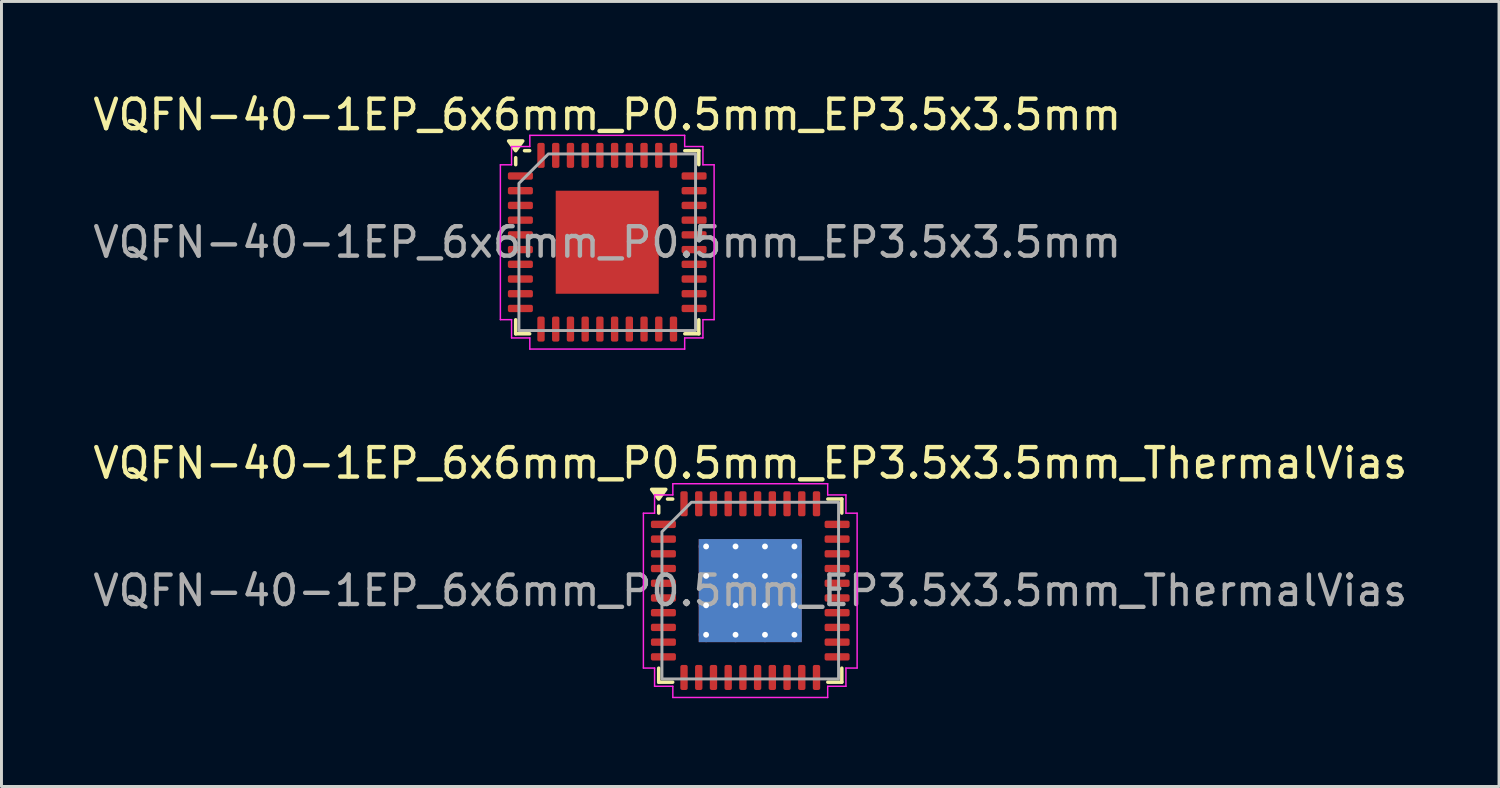
<source format=kicad_pcb>
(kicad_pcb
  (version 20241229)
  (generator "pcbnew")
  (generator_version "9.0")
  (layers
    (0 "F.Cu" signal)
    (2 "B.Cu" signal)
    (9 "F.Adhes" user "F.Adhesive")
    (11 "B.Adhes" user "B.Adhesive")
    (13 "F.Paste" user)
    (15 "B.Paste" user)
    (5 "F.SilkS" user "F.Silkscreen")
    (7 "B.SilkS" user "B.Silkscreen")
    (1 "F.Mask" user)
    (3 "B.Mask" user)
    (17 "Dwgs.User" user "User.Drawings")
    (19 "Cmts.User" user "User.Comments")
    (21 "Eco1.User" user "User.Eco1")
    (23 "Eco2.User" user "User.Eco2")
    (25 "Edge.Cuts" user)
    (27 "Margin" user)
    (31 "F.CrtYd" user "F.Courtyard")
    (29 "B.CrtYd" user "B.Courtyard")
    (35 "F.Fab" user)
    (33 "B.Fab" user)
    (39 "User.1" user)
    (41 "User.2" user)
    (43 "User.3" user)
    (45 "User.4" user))
  (footprint "VQFN-40-1EP_6x6mm_P0.5mm_EP3.5x3.5mm"
    (layer "F.Cu")
    (at 17.577 5.178)
    (property "Reference" "VQFN-40-1EP_6x6mm_P0.5mm_EP3.5x3.5mm" (at 0 -4.33 0) (layer "F.SilkS") (effects (font (size 1 1) (thickness 0.15))))
    (attr smd)
    (fp_line (start -3.11 -2.635) (end -3.11 -2.87) (stroke (width 0.12) (type solid)) (layer "F.SilkS"))
    (fp_line (start -3.11 3.11) (end -3.11 2.635) (stroke (width 0.12) (type solid)) (layer "F.SilkS"))
    (fp_line (start -2.635 -3.11) (end -2.81 -3.11) (stroke (width 0.12) (type solid)) (layer "F.SilkS"))
    (fp_line (start -2.635 3.11) (end -3.11 3.11) (stroke (width 0.12) (type solid)) (layer "F.SilkS"))
    (fp_line (start 2.635 -3.11) (end 3.11 -3.11) (stroke (width 0.12) (type solid)) (layer "F.SilkS"))
    (fp_line (start 2.635 3.11) (end 3.11 3.11) (stroke (width 0.12) (type solid)) (layer "F.SilkS"))
    (fp_line (start 3.11 -3.11) (end 3.11 -2.635) (stroke (width 0.12) (type solid)) (layer "F.SilkS"))
    (fp_line (start 3.11 3.11) (end 3.11 2.635) (stroke (width 0.12) (type solid)) (layer "F.SilkS"))
    (fp_poly (pts (xy -3.11 -3.11) (xy -3.35 -3.44) (xy -2.87 -3.44)) (stroke (width 0.12) (type solid)) (fill yes) (layer "F.SilkS"))
    (fp_line (start -3.63 -2.63) (end -3.25 -2.63) (stroke (width 0.05) (type solid)) (layer "F.CrtYd"))
    (fp_line (start -3.63 2.63) (end -3.63 -2.63) (stroke (width 0.05) (type solid)) (layer "F.CrtYd"))
    (fp_line (start -3.25 -3.25) (end -2.63 -3.25) (stroke (width 0.05) (type solid)) (layer "F.CrtYd"))
    (fp_line (start -3.25 -2.63) (end -3.25 -3.25) (stroke (width 0.05) (type solid)) (layer "F.CrtYd"))
    (fp_line (start -3.25 2.63) (end -3.63 2.63) (stroke (width 0.05) (type solid)) (layer "F.CrtYd"))
    (fp_line (start -3.25 3.25) (end -3.25 2.63) (stroke (width 0.05) (type solid)) (layer "F.CrtYd"))
    (fp_line (start -2.63 -3.63) (end 2.63 -3.63) (stroke (width 0.05) (type solid)) (layer "F.CrtYd"))
    (fp_line (start -2.63 -3.25) (end -2.63 -3.63) (stroke (width 0.05) (type solid)) (layer "F.CrtYd"))
    (fp_line (start -2.63 3.25) (end -3.25 3.25) (stroke (width 0.05) (type solid)) (layer "F.CrtYd"))
    (fp_line (start -2.63 3.63) (end -2.63 3.25) (stroke (width 0.05) (type solid)) (layer "F.CrtYd"))
    (fp_line (start 2.63 -3.63) (end 2.63 -3.25) (stroke (width 0.05) (type solid)) (layer "F.CrtYd"))
    (fp_line (start 2.63 -3.25) (end 3.25 -3.25) (stroke (width 0.05) (type solid)) (layer "F.CrtYd"))
    (fp_line (start 2.63 3.25) (end 2.63 3.63) (stroke (width 0.05) (type solid)) (layer "F.CrtYd"))
    (fp_line (start 2.63 3.63) (end -2.63 3.63) (stroke (width 0.05) (type solid)) (layer "F.CrtYd"))
    (fp_line (start 3.25 -3.25) (end 3.25 -2.63) (stroke (width 0.05) (type solid)) (layer "F.CrtYd"))
    (fp_line (start 3.25 -2.63) (end 3.63 -2.63) (stroke (width 0.05) (type solid)) (layer "F.CrtYd"))
    (fp_line (start 3.25 2.63) (end 3.25 3.25) (stroke (width 0.05) (type solid)) (layer "F.CrtYd"))
    (fp_line (start 3.25 3.25) (end 2.63 3.25) (stroke (width 0.05) (type solid)) (layer "F.CrtYd"))
    (fp_line (start 3.63 -2.63) (end 3.63 2.63) (stroke (width 0.05) (type solid)) (layer "F.CrtYd"))
    (fp_line (start 3.63 2.63) (end 3.25 2.63) (stroke (width 0.05) (type solid)) (layer "F.CrtYd"))
    (fp_poly (pts (xy -3 -2) (xy -3 3) (xy 3 3) (xy 3 -3) (xy -2 -3)) (stroke (width 0.1) (type solid)) (fill no) (layer "F.Fab"))
    (fp_text user "${REFERENCE}" (at 0 0 0) (layer "F.Fab") (effects (font (size 1 1) (thickness 0.15))))
    (pad "" smd roundrect (at -1.17 -1.17) (size 0.94 0.94) (layers "F.Paste") (roundrect_rratio 0.25))
    (pad "" smd roundrect (at -1.17 0) (size 0.94 0.94) (layers "F.Paste") (roundrect_rratio 0.25))
    (pad "" smd roundrect (at -1.17 1.17) (size 0.94 0.94) (layers "F.Paste") (roundrect_rratio 0.25))
    (pad "" smd roundrect (at 0 -1.17) (size 0.94 0.94) (layers "F.Paste") (roundrect_rratio 0.25))
    (pad "" smd roundrect (at 0 0) (size 0.94 0.94) (layers "F.Paste") (roundrect_rratio 0.25))
    (pad "" smd roundrect (at 0 1.17) (size 0.94 0.94) (layers "F.Paste") (roundrect_rratio 0.25))
    (pad "" smd roundrect (at 1.17 -1.17) (size 0.94 0.94) (layers "F.Paste") (roundrect_rratio 0.25))
    (pad "" smd roundrect (at 1.17 0) (size 0.94 0.94) (layers "F.Paste") (roundrect_rratio 0.25))
    (pad "" smd roundrect (at 1.17 1.17) (size 0.94 0.94) (layers "F.Paste") (roundrect_rratio 0.25))
    (pad "1" smd roundrect (at -2.95 -2.25) (size 0.85 0.25) (layers "F.Cu" "F.Mask" "F.Paste") (roundrect_rratio 0.25))
    (pad "2" smd roundrect (at -2.95 -1.75) (size 0.85 0.25) (layers "F.Cu" "F.Mask" "F.Paste") (roundrect_rratio 0.25))
    (pad "3" smd roundrect (at -2.95 -1.25) (size 0.85 0.25) (layers "F.Cu" "F.Mask" "F.Paste") (roundrect_rratio 0.25))
    (pad "4" smd roundrect (at -2.95 -0.75) (size 0.85 0.25) (layers "F.Cu" "F.Mask" "F.Paste") (roundrect_rratio 0.25))
    (pad "5" smd roundrect (at -2.95 -0.25) (size 0.85 0.25) (layers "F.Cu" "F.Mask" "F.Paste") (roundrect_rratio 0.25))
    (pad "6" smd roundrect (at -2.95 0.25) (size 0.85 0.25) (layers "F.Cu" "F.Mask" "F.Paste") (roundrect_rratio 0.25))
    (pad "7" smd roundrect (at -2.95 0.75) (size 0.85 0.25) (layers "F.Cu" "F.Mask" "F.Paste") (roundrect_rratio 0.25))
    (pad "8" smd roundrect (at -2.95 1.25) (size 0.85 0.25) (layers "F.Cu" "F.Mask" "F.Paste") (roundrect_rratio 0.25))
    (pad "9" smd roundrect (at -2.95 1.75) (size 0.85 0.25) (layers "F.Cu" "F.Mask" "F.Paste") (roundrect_rratio 0.25))
    (pad "10" smd roundrect (at -2.95 2.25) (size 0.85 0.25) (layers "F.Cu" "F.Mask" "F.Paste") (roundrect_rratio 0.25))
    (pad "11" smd roundrect (at -2.25 2.95) (size 0.25 0.85) (layers "F.Cu" "F.Mask" "F.Paste") (roundrect_rratio 0.25))
    (pad "12" smd roundrect (at -1.75 2.95) (size 0.25 0.85) (layers "F.Cu" "F.Mask" "F.Paste") (roundrect_rratio 0.25))
    (pad "13" smd roundrect (at -1.25 2.95) (size 0.25 0.85) (layers "F.Cu" "F.Mask" "F.Paste") (roundrect_rratio 0.25))
    (pad "14" smd roundrect (at -0.75 2.95) (size 0.25 0.85) (layers "F.Cu" "F.Mask" "F.Paste") (roundrect_rratio 0.25))
    (pad "15" smd roundrect (at -0.25 2.95) (size 0.25 0.85) (layers "F.Cu" "F.Mask" "F.Paste") (roundrect_rratio 0.25))
    (pad "16" smd roundrect (at 0.25 2.95) (size 0.25 0.85) (layers "F.Cu" "F.Mask" "F.Paste") (roundrect_rratio 0.25))
    (pad "17" smd roundrect (at 0.75 2.95) (size 0.25 0.85) (layers "F.Cu" "F.Mask" "F.Paste") (roundrect_rratio 0.25))
    (pad "18" smd roundrect (at 1.25 2.95) (size 0.25 0.85) (layers "F.Cu" "F.Mask" "F.Paste") (roundrect_rratio 0.25))
    (pad "19" smd roundrect (at 1.75 2.95) (size 0.25 0.85) (layers "F.Cu" "F.Mask" "F.Paste") (roundrect_rratio 0.25))
    (pad "20" smd roundrect (at 2.25 2.95) (size 0.25 0.85) (layers "F.Cu" "F.Mask" "F.Paste") (roundrect_rratio 0.25))
    (pad "21" smd roundrect (at 2.95 2.25) (size 0.85 0.25) (layers "F.Cu" "F.Mask" "F.Paste") (roundrect_rratio 0.25))
    (pad "22" smd roundrect (at 2.95 1.75) (size 0.85 0.25) (layers "F.Cu" "F.Mask" "F.Paste") (roundrect_rratio 0.25))
    (pad "23" smd roundrect (at 2.95 1.25) (size 0.85 0.25) (layers "F.Cu" "F.Mask" "F.Paste") (roundrect_rratio 0.25))
    (pad "24" smd roundrect (at 2.95 0.75) (size 0.85 0.25) (layers "F.Cu" "F.Mask" "F.Paste") (roundrect_rratio 0.25))
    (pad "25" smd roundrect (at 2.95 0.25) (size 0.85 0.25) (layers "F.Cu" "F.Mask" "F.Paste") (roundrect_rratio 0.25))
    (pad "26" smd roundrect (at 2.95 -0.25) (size 0.85 0.25) (layers "F.Cu" "F.Mask" "F.Paste") (roundrect_rratio 0.25))
    (pad "27" smd roundrect (at 2.95 -0.75) (size 0.85 0.25) (layers "F.Cu" "F.Mask" "F.Paste") (roundrect_rratio 0.25))
    (pad "28" smd roundrect (at 2.95 -1.25) (size 0.85 0.25) (layers "F.Cu" "F.Mask" "F.Paste") (roundrect_rratio 0.25))
    (pad "29" smd roundrect (at 2.95 -1.75) (size 0.85 0.25) (layers "F.Cu" "F.Mask" "F.Paste") (roundrect_rratio 0.25))
    (pad "30" smd roundrect (at 2.95 -2.25) (size 0.85 0.25) (layers "F.Cu" "F.Mask" "F.Paste") (roundrect_rratio 0.25))
    (pad "31" smd roundrect (at 2.25 -2.95) (size 0.25 0.85) (layers "F.Cu" "F.Mask" "F.Paste") (roundrect_rratio 0.25))
    (pad "32" smd roundrect (at 1.75 -2.95) (size 0.25 0.85) (layers "F.Cu" "F.Mask" "F.Paste") (roundrect_rratio 0.25))
    (pad "33" smd roundrect (at 1.25 -2.95) (size 0.25 0.85) (layers "F.Cu" "F.Mask" "F.Paste") (roundrect_rratio 0.25))
    (pad "34" smd roundrect (at 0.75 -2.95) (size 0.25 0.85) (layers "F.Cu" "F.Mask" "F.Paste") (roundrect_rratio 0.25))
    (pad "35" smd roundrect (at 0.25 -2.95) (size 0.25 0.85) (layers "F.Cu" "F.Mask" "F.Paste") (roundrect_rratio 0.25))
    (pad "36" smd roundrect (at -0.25 -2.95) (size 0.25 0.85) (layers "F.Cu" "F.Mask" "F.Paste") (roundrect_rratio 0.25))
    (pad "37" smd roundrect (at -0.75 -2.95) (size 0.25 0.85) (layers "F.Cu" "F.Mask" "F.Paste") (roundrect_rratio 0.25))
    (pad "38" smd roundrect (at -1.25 -2.95) (size 0.25 0.85) (layers "F.Cu" "F.Mask" "F.Paste") (roundrect_rratio 0.25))
    (pad "39" smd roundrect (at -1.75 -2.95) (size 0.25 0.85) (layers "F.Cu" "F.Mask" "F.Paste") (roundrect_rratio 0.25))
    (pad "40" smd roundrect (at -2.25 -2.95) (size 0.25 0.85) (layers "F.Cu" "F.Mask" "F.Paste") (roundrect_rratio 0.25))
    (pad "41" smd rect (at 0 0) (size 3.5 3.5) (property pad_prop_heatsink) (layers "F.Cu" "F.Mask")))
  (footprint "VQFN-40-1EP_6x6mm_P0.5mm_EP3.5x3.5mm_ThermalVias"
    (layer "F.Cu")
    (at 22.435 17.012)
    (property "Reference" "VQFN-40-1EP_6x6mm_P0.5mm_EP3.5x3.5mm_ThermalVias" (at 0 -4.33 0) (layer "F.SilkS") (effects (font (size 1 1) (thickness 0.15))))
    (attr smd)
    (fp_line (start -3.11 -2.635) (end -3.11 -2.87) (stroke (width 0.12) (type solid)) (layer "F.SilkS"))
    (fp_line (start -3.11 3.11) (end -3.11 2.635) (stroke (width 0.12) (type solid)) (layer "F.SilkS"))
    (fp_line (start -2.635 -3.11) (end -2.81 -3.11) (stroke (width 0.12) (type solid)) (layer "F.SilkS"))
    (fp_line (start -2.635 3.11) (end -3.11 3.11) (stroke (width 0.12) (type solid)) (layer "F.SilkS"))
    (fp_line (start 2.635 -3.11) (end 3.11 -3.11) (stroke (width 0.12) (type solid)) (layer "F.SilkS"))
    (fp_line (start 2.635 3.11) (end 3.11 3.11) (stroke (width 0.12) (type solid)) (layer "F.SilkS"))
    (fp_line (start 3.11 -3.11) (end 3.11 -2.635) (stroke (width 0.12) (type solid)) (layer "F.SilkS"))
    (fp_line (start 3.11 3.11) (end 3.11 2.635) (stroke (width 0.12) (type solid)) (layer "F.SilkS"))
    (fp_poly (pts (xy -3.11 -3.11) (xy -3.35 -3.44) (xy -2.87 -3.44)) (stroke (width 0.12) (type solid)) (fill yes) (layer "F.SilkS"))
    (fp_line (start -3.63 -2.63) (end -3.25 -2.63) (stroke (width 0.05) (type solid)) (layer "F.CrtYd"))
    (fp_line (start -3.63 2.63) (end -3.63 -2.63) (stroke (width 0.05) (type solid)) (layer "F.CrtYd"))
    (fp_line (start -3.25 -3.25) (end -2.63 -3.25) (stroke (width 0.05) (type solid)) (layer "F.CrtYd"))
    (fp_line (start -3.25 -2.63) (end -3.25 -3.25) (stroke (width 0.05) (type solid)) (layer "F.CrtYd"))
    (fp_line (start -3.25 2.63) (end -3.63 2.63) (stroke (width 0.05) (type solid)) (layer "F.CrtYd"))
    (fp_line (start -3.25 3.25) (end -3.25 2.63) (stroke (width 0.05) (type solid)) (layer "F.CrtYd"))
    (fp_line (start -2.63 -3.63) (end 2.63 -3.63) (stroke (width 0.05) (type solid)) (layer "F.CrtYd"))
    (fp_line (start -2.63 -3.25) (end -2.63 -3.63) (stroke (width 0.05) (type solid)) (layer "F.CrtYd"))
    (fp_line (start -2.63 3.25) (end -3.25 3.25) (stroke (width 0.05) (type solid)) (layer "F.CrtYd"))
    (fp_line (start -2.63 3.63) (end -2.63 3.25) (stroke (width 0.05) (type solid)) (layer "F.CrtYd"))
    (fp_line (start 2.63 -3.63) (end 2.63 -3.25) (stroke (width 0.05) (type solid)) (layer "F.CrtYd"))
    (fp_line (start 2.63 -3.25) (end 3.25 -3.25) (stroke (width 0.05) (type solid)) (layer "F.CrtYd"))
    (fp_line (start 2.63 3.25) (end 2.63 3.63) (stroke (width 0.05) (type solid)) (layer "F.CrtYd"))
    (fp_line (start 2.63 3.63) (end -2.63 3.63) (stroke (width 0.05) (type solid)) (layer "F.CrtYd"))
    (fp_line (start 3.25 -3.25) (end 3.25 -2.63) (stroke (width 0.05) (type solid)) (layer "F.CrtYd"))
    (fp_line (start 3.25 -2.63) (end 3.63 -2.63) (stroke (width 0.05) (type solid)) (layer "F.CrtYd"))
    (fp_line (start 3.25 2.63) (end 3.25 3.25) (stroke (width 0.05) (type solid)) (layer "F.CrtYd"))
    (fp_line (start 3.25 3.25) (end 2.63 3.25) (stroke (width 0.05) (type solid)) (layer "F.CrtYd"))
    (fp_line (start 3.63 -2.63) (end 3.63 2.63) (stroke (width 0.05) (type solid)) (layer "F.CrtYd"))
    (fp_line (start 3.63 2.63) (end 3.25 2.63) (stroke (width 0.05) (type solid)) (layer "F.CrtYd"))
    (fp_poly (pts (xy -3 -2) (xy -3 3) (xy 3 3) (xy 3 -3) (xy -2 -3)) (stroke (width 0.1) (type solid)) (fill no) (layer "F.Fab"))
    (fp_text user "${REFERENCE}" (at 0 0 0) (layer "F.Fab") (effects (font (size 1 1) (thickness 0.15))))
    (pad "" smd roundrect (at -1.17 -1.17) (size 0.94 0.94) (layers "F.Paste") (roundrect_rratio 0.25))
    (pad "" smd roundrect (at -1.17 0) (size 0.94 0.94) (layers "F.Paste") (roundrect_rratio 0.25))
    (pad "" smd roundrect (at -1.17 1.17) (size 0.94 0.94) (layers "F.Paste") (roundrect_rratio 0.25))
    (pad "" smd roundrect (at 0 -1.17) (size 0.94 0.94) (layers "F.Paste") (roundrect_rratio 0.25))
    (pad "" smd roundrect (at 0 0) (size 0.94 0.94) (layers "F.Paste") (roundrect_rratio 0.25))
    (pad "" smd roundrect (at 0 1.17) (size 0.94 0.94) (layers "F.Paste") (roundrect_rratio 0.25))
    (pad "" smd roundrect (at 1.17 -1.17) (size 0.94 0.94) (layers "F.Paste") (roundrect_rratio 0.25))
    (pad "" smd roundrect (at 1.17 0) (size 0.94 0.94) (layers "F.Paste") (roundrect_rratio 0.25))
    (pad "" smd roundrect (at 1.17 1.17) (size 0.94 0.94) (layers "F.Paste") (roundrect_rratio 0.25))
    (pad "1" smd roundrect (at -2.95 -2.25) (size 0.85 0.25) (layers "F.Cu" "F.Mask" "F.Paste") (roundrect_rratio 0.25))
    (pad "2" smd roundrect (at -2.95 -1.75) (size 0.85 0.25) (layers "F.Cu" "F.Mask" "F.Paste") (roundrect_rratio 0.25))
    (pad "3" smd roundrect (at -2.95 -1.25) (size 0.85 0.25) (layers "F.Cu" "F.Mask" "F.Paste") (roundrect_rratio 0.25))
    (pad "4" smd roundrect (at -2.95 -0.75) (size 0.85 0.25) (layers "F.Cu" "F.Mask" "F.Paste") (roundrect_rratio 0.25))
    (pad "5" smd roundrect (at -2.95 -0.25) (size 0.85 0.25) (layers "F.Cu" "F.Mask" "F.Paste") (roundrect_rratio 0.25))
    (pad "6" smd roundrect (at -2.95 0.25) (size 0.85 0.25) (layers "F.Cu" "F.Mask" "F.Paste") (roundrect_rratio 0.25))
    (pad "7" smd roundrect (at -2.95 0.75) (size 0.85 0.25) (layers "F.Cu" "F.Mask" "F.Paste") (roundrect_rratio 0.25))
    (pad "8" smd roundrect (at -2.95 1.25) (size 0.85 0.25) (layers "F.Cu" "F.Mask" "F.Paste") (roundrect_rratio 0.25))
    (pad "9" smd roundrect (at -2.95 1.75) (size 0.85 0.25) (layers "F.Cu" "F.Mask" "F.Paste") (roundrect_rratio 0.25))
    (pad "10" smd roundrect (at -2.95 2.25) (size 0.85 0.25) (layers "F.Cu" "F.Mask" "F.Paste") (roundrect_rratio 0.25))
    (pad "11" smd roundrect (at -2.25 2.95) (size 0.25 0.85) (layers "F.Cu" "F.Mask" "F.Paste") (roundrect_rratio 0.25))
    (pad "12" smd roundrect (at -1.75 2.95) (size 0.25 0.85) (layers "F.Cu" "F.Mask" "F.Paste") (roundrect_rratio 0.25))
    (pad "13" smd roundrect (at -1.25 2.95) (size 0.25 0.85) (layers "F.Cu" "F.Mask" "F.Paste") (roundrect_rratio 0.25))
    (pad "14" smd roundrect (at -0.75 2.95) (size 0.25 0.85) (layers "F.Cu" "F.Mask" "F.Paste") (roundrect_rratio 0.25))
    (pad "15" smd roundrect (at -0.25 2.95) (size 0.25 0.85) (layers "F.Cu" "F.Mask" "F.Paste") (roundrect_rratio 0.25))
    (pad "16" smd roundrect (at 0.25 2.95) (size 0.25 0.85) (layers "F.Cu" "F.Mask" "F.Paste") (roundrect_rratio 0.25))
    (pad "17" smd roundrect (at 0.75 2.95) (size 0.25 0.85) (layers "F.Cu" "F.Mask" "F.Paste") (roundrect_rratio 0.25))
    (pad "18" smd roundrect (at 1.25 2.95) (size 0.25 0.85) (layers "F.Cu" "F.Mask" "F.Paste") (roundrect_rratio 0.25))
    (pad "19" smd roundrect (at 1.75 2.95) (size 0.25 0.85) (layers "F.Cu" "F.Mask" "F.Paste") (roundrect_rratio 0.25))
    (pad "20" smd roundrect (at 2.25 2.95) (size 0.25 0.85) (layers "F.Cu" "F.Mask" "F.Paste") (roundrect_rratio 0.25))
    (pad "21" smd roundrect (at 2.95 2.25) (size 0.85 0.25) (layers "F.Cu" "F.Mask" "F.Paste") (roundrect_rratio 0.25))
    (pad "22" smd roundrect (at 2.95 1.75) (size 0.85 0.25) (layers "F.Cu" "F.Mask" "F.Paste") (roundrect_rratio 0.25))
    (pad "23" smd roundrect (at 2.95 1.25) (size 0.85 0.25) (layers "F.Cu" "F.Mask" "F.Paste") (roundrect_rratio 0.25))
    (pad "24" smd roundrect (at 2.95 0.75) (size 0.85 0.25) (layers "F.Cu" "F.Mask" "F.Paste") (roundrect_rratio 0.25))
    (pad "25" smd roundrect (at 2.95 0.25) (size 0.85 0.25) (layers "F.Cu" "F.Mask" "F.Paste") (roundrect_rratio 0.25))
    (pad "26" smd roundrect (at 2.95 -0.25) (size 0.85 0.25) (layers "F.Cu" "F.Mask" "F.Paste") (roundrect_rratio 0.25))
    (pad "27" smd roundrect (at 2.95 -0.75) (size 0.85 0.25) (layers "F.Cu" "F.Mask" "F.Paste") (roundrect_rratio 0.25))
    (pad "28" smd roundrect (at 2.95 -1.25) (size 0.85 0.25) (layers "F.Cu" "F.Mask" "F.Paste") (roundrect_rratio 0.25))
    (pad "29" smd roundrect (at 2.95 -1.75) (size 0.85 0.25) (layers "F.Cu" "F.Mask" "F.Paste") (roundrect_rratio 0.25))
    (pad "30" smd roundrect (at 2.95 -2.25) (size 0.85 0.25) (layers "F.Cu" "F.Mask" "F.Paste") (roundrect_rratio 0.25))
    (pad "31" smd roundrect (at 2.25 -2.95) (size 0.25 0.85) (layers "F.Cu" "F.Mask" "F.Paste") (roundrect_rratio 0.25))
    (pad "32" smd roundrect (at 1.75 -2.95) (size 0.25 0.85) (layers "F.Cu" "F.Mask" "F.Paste") (roundrect_rratio 0.25))
    (pad "33" smd roundrect (at 1.25 -2.95) (size 0.25 0.85) (layers "F.Cu" "F.Mask" "F.Paste") (roundrect_rratio 0.25))
    (pad "34" smd roundrect (at 0.75 -2.95) (size 0.25 0.85) (layers "F.Cu" "F.Mask" "F.Paste") (roundrect_rratio 0.25))
    (pad "35" smd roundrect (at 0.25 -2.95) (size 0.25 0.85) (layers "F.Cu" "F.Mask" "F.Paste") (roundrect_rratio 0.25))
    (pad "36" smd roundrect (at -0.25 -2.95) (size 0.25 0.85) (layers "F.Cu" "F.Mask" "F.Paste") (roundrect_rratio 0.25))
    (pad "37" smd roundrect (at -0.75 -2.95) (size 0.25 0.85) (layers "F.Cu" "F.Mask" "F.Paste") (roundrect_rratio 0.25))
    (pad "38" smd roundrect (at -1.25 -2.95) (size 0.25 0.85) (layers "F.Cu" "F.Mask" "F.Paste") (roundrect_rratio 0.25))
    (pad "39" smd roundrect (at -1.75 -2.95) (size 0.25 0.85) (layers "F.Cu" "F.Mask" "F.Paste") (roundrect_rratio 0.25))
    (pad "40" smd roundrect (at -2.25 -2.95) (size 0.25 0.85) (layers "F.Cu" "F.Mask" "F.Paste") (roundrect_rratio 0.25))
    (pad "41" thru_hole circle (at -1.5 -1.5) (size 0.5 0.5) (drill 0.2) (property pad_prop_heatsink) (layers "*.Cu"))
    (pad "41" thru_hole circle (at -1.5 -0.5) (size 0.5 0.5) (drill 0.2) (property pad_prop_heatsink) (layers "*.Cu"))
    (pad "41" thru_hole circle (at -1.5 0.5) (size 0.5 0.5) (drill 0.2) (property pad_prop_heatsink) (layers "*.Cu"))
    (pad "41" thru_hole circle (at -1.5 1.5) (size 0.5 0.5) (drill 0.2) (property pad_prop_heatsink) (layers "*.Cu"))
    (pad "41" thru_hole circle (at -0.5 -1.5) (size 0.5 0.5) (drill 0.2) (property pad_prop_heatsink) (layers "*.Cu"))
    (pad "41" thru_hole circle (at -0.5 -0.5) (size 0.5 0.5) (drill 0.2) (property pad_prop_heatsink) (layers "*.Cu"))
    (pad "41" thru_hole circle (at -0.5 0.5) (size 0.5 0.5) (drill 0.2) (property pad_prop_heatsink) (layers "*.Cu"))
    (pad "41" thru_hole circle (at -0.5 1.5) (size 0.5 0.5) (drill 0.2) (property pad_prop_heatsink) (layers "*.Cu"))
    (pad "41" smd rect (at 0 0) (size 3.5 3.5) (property pad_prop_heatsink) (layers "F.Cu" "F.Mask"))
    (pad "41" smd rect (at 0 0) (size 3.5 3.5) (property pad_prop_heatsink) (layers "B.Cu"))
    (pad "41" thru_hole circle (at 0.5 -1.5) (size 0.5 0.5) (drill 0.2) (property pad_prop_heatsink) (layers "*.Cu"))
    (pad "41" thru_hole circle (at 0.5 -0.5) (size 0.5 0.5) (drill 0.2) (property pad_prop_heatsink) (layers "*.Cu"))
    (pad "41" thru_hole circle (at 0.5 0.5) (size 0.5 0.5) (drill 0.2) (property pad_prop_heatsink) (layers "*.Cu"))
    (pad "41" thru_hole circle (at 0.5 1.5) (size 0.5 0.5) (drill 0.2) (property pad_prop_heatsink) (layers "*.Cu"))
    (pad "41" thru_hole circle (at 1.5 -1.5) (size 0.5 0.5) (drill 0.2) (property pad_prop_heatsink) (layers "*.Cu"))
    (pad "41" thru_hole circle (at 1.5 -0.5) (size 0.5 0.5) (drill 0.2) (property pad_prop_heatsink) (layers "*.Cu"))
    (pad "41" thru_hole circle (at 1.5 0.5) (size 0.5 0.5) (drill 0.2) (property pad_prop_heatsink) (layers "*.Cu"))
    (pad "41" thru_hole circle (at 1.5 1.5) (size 0.5 0.5) (drill 0.2) (property pad_prop_heatsink) (layers "*.Cu")))
  (gr_rect
    (start -3 -3)
    (end 47.869 23.666)
    (stroke (width 0.1) (type default))
    (fill no)
    (layer "Edge.Cuts")))
</source>
